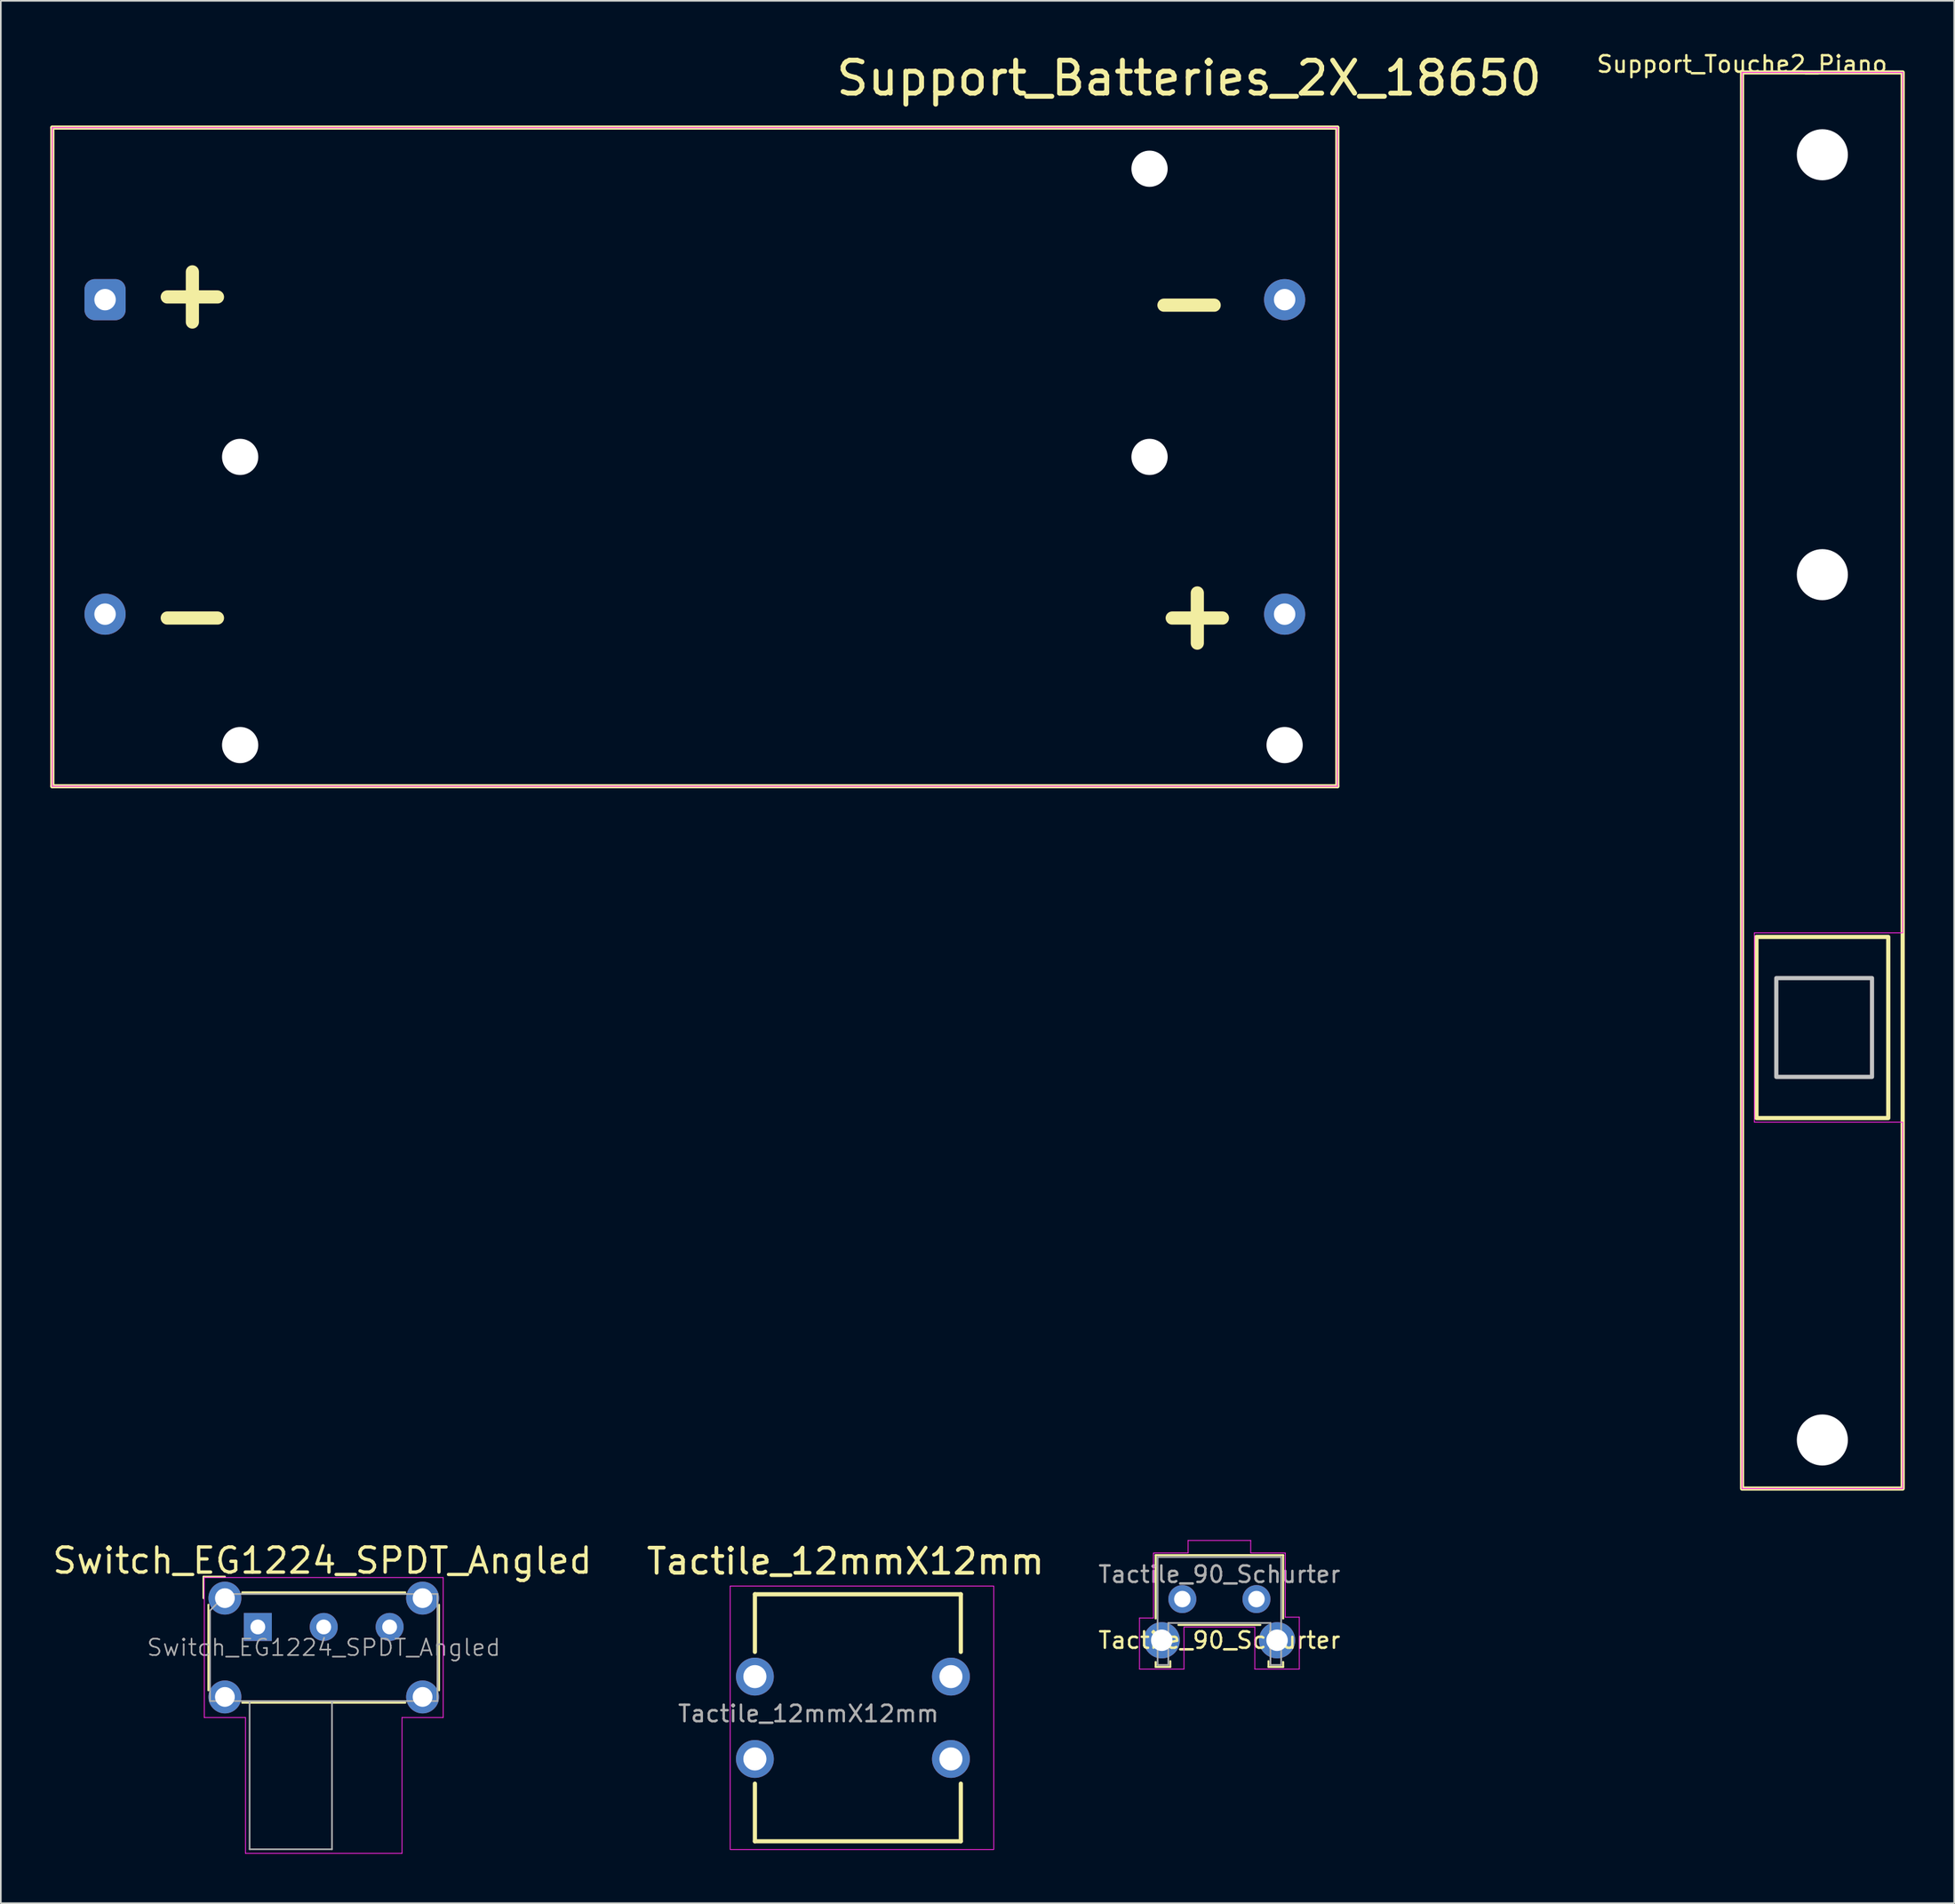
<source format=kicad_pcb>
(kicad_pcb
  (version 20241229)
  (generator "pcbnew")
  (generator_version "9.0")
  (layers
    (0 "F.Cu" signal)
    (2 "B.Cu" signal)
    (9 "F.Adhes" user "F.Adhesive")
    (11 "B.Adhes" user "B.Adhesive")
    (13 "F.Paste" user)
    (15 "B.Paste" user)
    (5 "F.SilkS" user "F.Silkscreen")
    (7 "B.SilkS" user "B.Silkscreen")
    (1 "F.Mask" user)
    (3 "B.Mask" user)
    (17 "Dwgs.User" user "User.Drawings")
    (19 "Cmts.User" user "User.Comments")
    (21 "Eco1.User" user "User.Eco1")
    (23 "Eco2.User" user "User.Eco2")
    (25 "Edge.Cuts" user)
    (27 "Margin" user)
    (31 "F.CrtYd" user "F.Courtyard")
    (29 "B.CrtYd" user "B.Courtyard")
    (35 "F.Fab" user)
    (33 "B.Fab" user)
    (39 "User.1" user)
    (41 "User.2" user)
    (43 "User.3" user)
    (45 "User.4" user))
  (footprint "Support_Touche2_Piano"
    (layer "F.Cu")
    (at 102.692 1.348)
    (property "Reference" "Support_Touche2_Piano" (at 0 -0.5 0) (unlocked yes) (layer "F.SilkS") (effects (font (size 1 1) (thickness 0.15))))
    (fp_rect (start 0 0) (end 9.75 86) (stroke (width 0.254) (type solid)) (fill no) (layer "F.SilkS"))
    (fp_rect (start 0.875 52.5) (end 8.875 63.5) (stroke (width 0.254) (type solid)) (fill no) (layer "F.SilkS"))
    (fp_rect (start 2.08 55) (end 7.89 61) (stroke (width 0.254) (type solid)) (fill no) (layer "Dwgs.User"))
    (fp_line (start 0 0) (end 9.75 0) (stroke (width 0.05) (type solid)) (layer "F.CrtYd"))
    (fp_line (start 0 86) (end 0 0) (stroke (width 0.05) (type solid)) (layer "F.CrtYd"))
    (fp_line (start 0.75 52.25) (end 0.75 63.75) (stroke (width 0.05) (type solid)) (layer "F.CrtYd"))
    (fp_line (start 0.75 63.75) (end 9.75 63.75) (stroke (width 0.05) (type solid)) (layer "F.CrtYd"))
    (fp_line (start 9.75 0) (end 9.75 52.25) (stroke (width 0.05) (type solid)) (layer "F.CrtYd"))
    (fp_line (start 9.75 52.25) (end 0.75 52.25) (stroke (width 0.05) (type solid)) (layer "F.CrtYd"))
    (fp_line (start 9.75 63.75) (end 9.75 85.75) (stroke (width 0.05) (type solid)) (layer "F.CrtYd"))
    (fp_line (start 9.75 85.75) (end 9.75 86) (stroke (width 0.05) (type solid)) (layer "F.CrtYd"))
    (fp_line (start 9.75 86) (end 0 86) (stroke (width 0.05) (type solid)) (layer "F.CrtYd"))
    (pad "" np_thru_hole circle (at 4.875 5) (size 3.1 3.1) (drill 3.1) (layers "*.Cu" "*.Mask"))
    (pad "" np_thru_hole circle (at 4.875 30.5) (size 3.1 3.1) (drill 3.1) (layers "*.Cu" "*.Mask"))
    (pad "" np_thru_hole circle (at 4.875 83.05) (size 3.1 3.1) (drill 3.1) (layers "*.Cu" "*.Mask")))
  (footprint "Switch_EG1224_SPDT_Angled"
    (layer "F.Cu")
    (at 12.601 95.752)
    (property "Reference" "Switch_EG1224_SPDT_Angled" (at 3.917 -4.028 0) (layer "F.SilkS") (effects (font (size 1.524 1.524) (thickness 0.203))))
    (attr through_hole)
    (fp_line (start -3.3 -3.05) (end -2 -3.05) (stroke (width 0.12) (type solid)) (layer "F.SilkS"))
    (fp_line (start -3.3 -1.75) (end -3.3 -3.05) (stroke (width 0.12) (type solid)) (layer "F.SilkS"))
    (fp_line (start -3 3.85) (end -3 -1.35) (stroke (width 0.12) (type solid)) (layer "F.SilkS"))
    (fp_line (start -0.95 -2.1) (end 8.95 -2.1) (stroke (width 0.12) (type solid)) (layer "F.SilkS"))
    (fp_line (start 8.95 4.6) (end -0.95 4.6) (stroke (width 0.12) (type solid)) (layer "F.SilkS"))
    (fp_line (start 11 -1.35) (end 11 3.85) (stroke (width 0.12) (type solid)) (layer "F.SilkS"))
    (fp_line (start -3.25 -3) (end 11.25 -3) (stroke (width 0.05) (type solid)) (layer "F.CrtYd"))
    (fp_line (start -3.25 5.5) (end -3.25 -3) (stroke (width 0.05) (type solid)) (layer "F.CrtYd"))
    (fp_line (start -0.75 5.5) (end -3.25 5.5) (stroke (width 0.05) (type solid)) (layer "F.CrtYd"))
    (fp_line (start -0.75 13.75) (end -0.75 5.5) (stroke (width 0.05) (type solid)) (layer "F.CrtYd"))
    (fp_line (start 8.75 5.5) (end 8.75 13.75) (stroke (width 0.05) (type solid)) (layer "F.CrtYd"))
    (fp_line (start 8.75 13.75) (end -0.75 13.75) (stroke (width 0.05) (type solid)) (layer "F.CrtYd"))
    (fp_line (start 11.25 -3) (end 11.25 5.5) (stroke (width 0.05) (type solid)) (layer "F.CrtYd"))
    (fp_line (start 11.25 5.5) (end 8.75 5.5) (stroke (width 0.05) (type solid)) (layer "F.CrtYd"))
    (fp_line (start -2.9 4.5) (end -2.9 -1) (stroke (width 0.1) (type solid)) (layer "F.Fab"))
    (fp_line (start -1.9 -2) (end -2.9 -1) (stroke (width 0.1) (type solid)) (layer "F.Fab"))
    (fp_line (start -1.9 -2) (end 10.9 -2) (stroke (width 0.1) (type solid)) (layer "F.Fab"))
    (fp_line (start -0.5 13.5) (end -0.5 4.5) (stroke (width 0.1) (type solid)) (layer "F.Fab"))
    (fp_line (start 4.5 4.5) (end 4.5 13.5) (stroke (width 0.1) (type solid)) (layer "F.Fab"))
    (fp_line (start 4.5 13.5) (end -0.5 13.5) (stroke (width 0.1) (type solid)) (layer "F.Fab"))
    (fp_line (start 10.9 -2) (end 10.9 4.5) (stroke (width 0.1) (type solid)) (layer "F.Fab"))
    (fp_line (start 10.9 4.5) (end -2.9 4.5) (stroke (width 0.1) (type solid)) (layer "F.Fab"))
    (fp_text user "${REFERENCE}" (at 4 1.25 0) (layer "F.Fab") (effects (font (size 1 1) (thickness 0.1))))
    (pad "" thru_hole circle (at -2 -1.75) (size 2 2) (drill 1.2) (layers "*.Cu" "*.Mask"))
    (pad "" thru_hole circle (at -2 4.25) (size 2 2) (drill 1.2) (layers "*.Cu" "*.Mask"))
    (pad "" thru_hole circle (at 10 -1.75) (size 2 2) (drill 1.2) (layers "*.Cu" "*.Mask"))
    (pad "" thru_hole circle (at 10 4.25) (size 2 2) (drill 1.2) (layers "*.Cu" "*.Mask"))
    (pad "1" thru_hole rect (at 0 0) (size 1.7 1.7) (drill 0.9) (layers "*.Cu" "*.Mask"))
    (pad "2" thru_hole circle (at 4 0) (size 1.7 1.7) (drill 0.9) (layers "*.Cu" "*.Mask"))
    (pad "3" thru_hole circle (at 8 0) (size 1.7 1.7) (drill 0.9) (layers "*.Cu" "*.Mask")))
  (footprint "Tactile_12mmX12mm"
    (layer "F.Cu")
    (at 42.772 98.768)
    (property "Reference" "Tactile_12mmX12mm" (at 5.5 -7 0) (layer "F.SilkS") (effects (font (size 1.524 1.524) (thickness 0.229))))
    (attr through_hole)
    (fp_line (start 0 -5) (end 12.5 -5) (stroke (width 0.254) (type solid)) (layer "F.SilkS"))
    (fp_line (start 0 -1.5) (end 0 -5) (stroke (width 0.254) (type solid)) (layer "F.SilkS"))
    (fp_line (start 0 10) (end 0 6.5) (stroke (width 0.254) (type solid)) (layer "F.SilkS"))
    (fp_line (start 12.5 -5) (end 12.5 -1.5) (stroke (width 0.254) (type solid)) (layer "F.SilkS"))
    (fp_line (start 12.5 6.5) (end 12.5 10) (stroke (width 0.254) (type solid)) (layer "F.SilkS"))
    (fp_line (start 12.5 10) (end 0 10) (stroke (width 0.254) (type solid)) (layer "F.SilkS"))
    (fp_rect (start -1.5 -5.5) (end 14.5 10.5) (stroke (width 0.05) (type solid)) (fill no) (layer "F.CrtYd"))
    (fp_text user "${REFERENCE}" (at 3.25 2.25 0) (layer "F.Fab") (effects (font (size 1 1) (thickness 0.15))))
    (pad "1" thru_hole circle (at 0 0) (size 2.3 2.3) (drill 1.4) (layers "*.Cu" "*.Mask"))
    (pad "2" thru_hole circle (at 11.9 0) (size 2.3 2.3) (drill 1.4) (layers "*.Cu" "*.Mask"))
    (pad "3" thru_hole circle (at 0 5) (size 2.3 2.3) (drill 1.4) (layers "*.Cu" "*.Mask"))
    (pad "4" thru_hole circle (at 11.9 5) (size 2.3 2.3) (drill 1.4) (layers "*.Cu" "*.Mask")))
  (footprint "Tactile_90_Schurter"
    (layer "F.Cu")
    (at 68.718 94.06)
    (property "Reference" "Tactile_90_Schurter" (at 2.25 2.5 0) (layer "F.SilkS") (effects (font (size 1 1) (thickness 0.15))))
    (attr through_hole)
    (fp_line (start -1.62 -2.67) (end -1.62 1.18) (stroke (width 0.12) (type solid)) (layer "F.SilkS"))
    (fp_line (start -1.62 3.82) (end -1.62 4.12) (stroke (width 0.12) (type solid)) (layer "F.SilkS"))
    (fp_line (start -0.73 4.12) (end -1.62 4.12) (stroke (width 0.12) (type solid)) (layer "F.SilkS"))
    (fp_line (start -0.73 4.12) (end -0.73 3.77) (stroke (width 0.12) (type solid)) (layer "F.SilkS"))
    (fp_line (start -0.24 1.57) (end 4.74 1.57) (stroke (width 0.12) (type solid)) (layer "F.SilkS"))
    (fp_line (start 5.23 4.12) (end 5.23 3.77) (stroke (width 0.12) (type solid)) (layer "F.SilkS"))
    (fp_line (start 6.12 -2.67) (end -1.62 -2.67) (stroke (width 0.12) (type solid)) (layer "F.SilkS"))
    (fp_line (start 6.12 1.18) (end 6.12 -2.67) (stroke (width 0.12) (type solid)) (layer "F.SilkS"))
    (fp_line (start 6.12 3.82) (end 6.12 4.12) (stroke (width 0.12) (type solid)) (layer "F.SilkS"))
    (fp_line (start 6.12 4.12) (end 5.23 4.12) (stroke (width 0.12) (type solid)) (layer "F.SilkS"))
    (fp_line (start -2.6 1.15) (end -1.75 1.15) (stroke (width 0.05) (type solid)) (layer "F.CrtYd"))
    (fp_line (start -2.6 4.25) (end -2.6 1.15) (stroke (width 0.05) (type solid)) (layer "F.CrtYd"))
    (fp_line (start -1.75 1.15) (end -1.75 -2.8) (stroke (width 0.05) (type solid)) (layer "F.CrtYd"))
    (fp_line (start 0.1 1.7) (end 4.4 1.7) (stroke (width 0.05) (type solid)) (layer "F.CrtYd"))
    (fp_line (start 0.1 4.25) (end -2.6 4.25) (stroke (width 0.05) (type solid)) (layer "F.CrtYd"))
    (fp_line (start 0.1 4.25) (end 0.1 1.7) (stroke (width 0.05) (type solid)) (layer "F.CrtYd"))
    (fp_line (start 0.35 -3.56) (end 0.35 -2.8) (stroke (width 0.05) (type solid)) (layer "F.CrtYd"))
    (fp_line (start 0.35 -2.8) (end -1.75 -2.8) (stroke (width 0.05) (type solid)) (layer "F.CrtYd"))
    (fp_line (start 4.15 -3.56) (end 0.35 -3.56) (stroke (width 0.05) (type solid)) (layer "F.CrtYd"))
    (fp_line (start 4.15 -2.8) (end 4.15 -3.56) (stroke (width 0.05) (type solid)) (layer "F.CrtYd"))
    (fp_line (start 4.4 1.7) (end 4.4 4.25) (stroke (width 0.05) (type solid)) (layer "F.CrtYd"))
    (fp_line (start 4.4 4.25) (end 7.1 4.25) (stroke (width 0.05) (type solid)) (layer "F.CrtYd"))
    (fp_line (start 6.25 -2.8) (end 4.15 -2.8) (stroke (width 0.05) (type solid)) (layer "F.CrtYd"))
    (fp_line (start 6.25 1.1) (end 6.25 -2.8) (stroke (width 0.05) (type solid)) (layer "F.CrtYd"))
    (fp_line (start 7.1 1.1) (end 6.25 1.1) (stroke (width 0.05) (type solid)) (layer "F.CrtYd"))
    (fp_line (start 7.1 4.25) (end 7.1 1.1) (stroke (width 0.05) (type solid)) (layer "F.CrtYd"))
    (fp_line (start -1.5 4) (end -1.5 -2.55) (stroke (width 0.1) (type solid)) (layer "F.Fab"))
    (fp_line (start -0.85 1.45) (end -0.85 4) (stroke (width 0.1) (type solid)) (layer "F.Fab"))
    (fp_line (start -0.85 4) (end -1.5 4) (stroke (width 0.1) (type solid)) (layer "F.Fab"))
    (fp_line (start 5.35 1.45) (end -0.85 1.45) (stroke (width 0.1) (type solid)) (layer "F.Fab"))
    (fp_line (start 5.35 1.45) (end 5.35 4) (stroke (width 0.1) (type solid)) (layer "F.Fab"))
    (fp_line (start 6 -2.55) (end -1.5 -2.55) (stroke (width 0.1) (type solid)) (layer "F.Fab"))
    (fp_line (start 6 -2.55) (end 6 4) (stroke (width 0.1) (type solid)) (layer "F.Fab"))
    (fp_line (start 6 4) (end 5.35 4) (stroke (width 0.1) (type solid)) (layer "F.Fab"))
    (fp_text user "${REFERENCE}" (at 2.25 -1.5 0) (layer "F.Fab") (effects (font (size 1 1) (thickness 0.15))))
    (pad "1" thru_hole circle (at -1.25 2.5 180) (size 2.2 2.2) (drill 1.3) (layers "*.Cu" "*.Mask"))
    (pad "2" thru_hole circle (at 0 0 180) (size 1.7 1.7) (drill 1) (layers "*.Cu" "*.Mask"))
    (pad "3" thru_hole circle (at 4.5 0 180) (size 1.7 1.7) (drill 1) (layers "*.Cu" "*.Mask"))
    (pad "4" thru_hole circle (at 5.75 2.5 180) (size 2.2 2.2) (drill 1.3) (layers "*.Cu" "*.Mask")))
  (footprint "Support_Batteries_2X_18650"
    (layer "F.Cu")
    (at 39.127 24.697)
    (property "Reference" "Support_Batteries_2X_18650" (at 30 -23 0) (unlocked yes) (layer "F.SilkS") (effects (font (size 2 2) (thickness 0.3))))
    (attr through_hole)
    (fp_line (start -39 -20) (end 39 -20) (stroke (width 0.254) (type solid)) (layer "F.SilkS"))
    (fp_line (start -39 20) (end -39 -20) (stroke (width 0.254) (type solid)) (layer "F.SilkS"))
    (fp_line (start 39 -20) (end 39 20) (stroke (width 0.254) (type solid)) (layer "F.SilkS"))
    (fp_line (start 39 20) (end -39 20) (stroke (width 0.254) (type solid)) (layer "F.SilkS"))
    (fp_line (start -39 -20) (end 39 -20) (stroke (width 0.05) (type solid)) (layer "F.CrtYd"))
    (fp_line (start -39 20) (end -39 -20) (stroke (width 0.05) (type solid)) (layer "F.CrtYd"))
    (fp_line (start 39 -20) (end 39 20) (stroke (width 0.05) (type solid)) (layer "F.CrtYd"))
    (fp_line (start 39 20) (end -39 20) (stroke (width 0.05) (type solid)) (layer "F.CrtYd"))
    (fp_text user "+" (at -30.5 -10 0) (unlocked yes) (layer "F.SilkS") (effects (font (size 4 4) (thickness 0.8))))
    (fp_text user "+" (at 30.5 9.5 0) (unlocked yes) (layer "F.SilkS") (effects (font (size 4 4) (thickness 0.8))))
    (fp_text user "-" (at 30 -9.5 0) (unlocked yes) (layer "F.SilkS") (effects (font (size 4 4) (thickness 0.8))))
    (fp_text user "-" (at -30.5 9.5 0) (unlocked yes) (layer "F.SilkS") (effects (font (size 4 4) (thickness 0.8))))
    (pad "" np_thru_hole circle (at -27.6 0) (size 2.2 2.2) (drill 3.18) (layers "*.Cu" "*.Mask"))
    (pad "" np_thru_hole circle (at -27.6 17.5) (size 2.2 2.2) (drill 3.45) (layers "*.Cu" "*.Mask"))
    (pad "" np_thru_hole circle (at 27.6 -17.5) (size 2.2 2.2) (drill 3.45) (layers "*.Cu" "*.Mask"))
    (pad "" np_thru_hole circle (at 27.6 0) (size 2.2 2.2) (drill 3.18) (layers "*.Cu" "*.Mask"))
    (pad "" np_thru_hole circle (at 35.8 17.5) (size 2.2 2.2) (drill 2.4) (layers "*.Cu" "*.Mask"))
    (pad "1" thru_hole roundrect (at -35.8 -9.55) (size 2.5 2.5) (drill 1.3) (layers "*.Cu" "*.Mask") (roundrect_rratio 0.25))
    (pad "2" thru_hole circle (at 35.8 -9.55) (size 2.5 2.5) (drill 1.3) (layers "*.Cu" "*.Mask"))
    (pad "3" thru_hole circle (at -35.8 9.55) (size 2.5 2.5) (drill 1.3) (layers "*.Cu" "*.Mask"))
    (pad "4" thru_hole circle (at 35.8 9.55) (size 2.5 2.5) (drill 1.3) (layers "*.Cu" "*.Mask")))
  (gr_rect
    (start -3 -3)
    (end 115.569 112.527)
    (stroke (width 0.1) (type default))
    (fill no)
    (layer "Edge.Cuts")))
</source>
